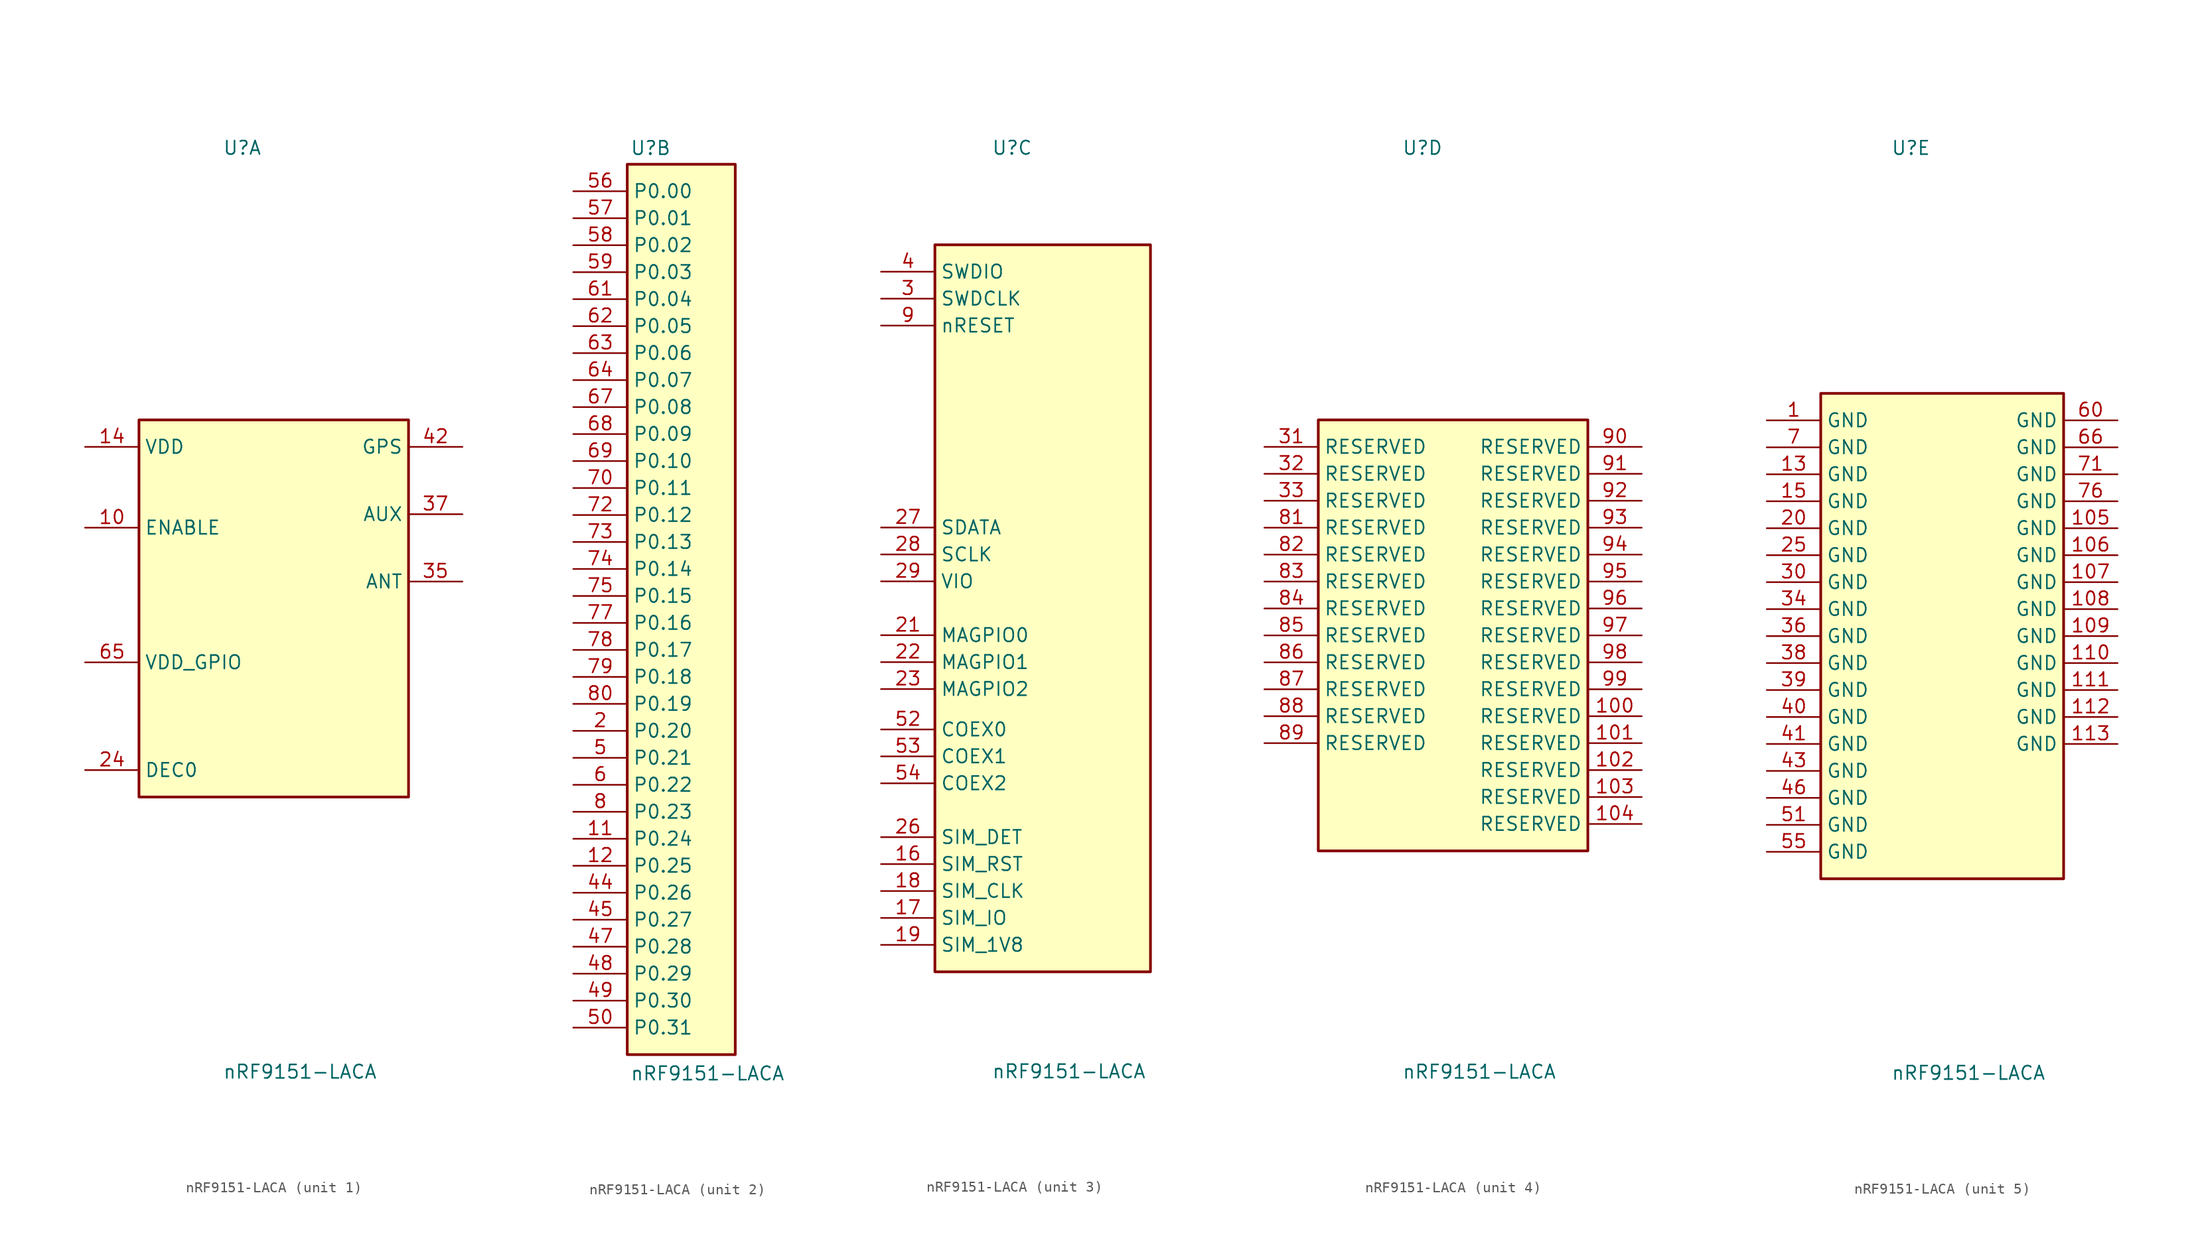
<source format=kicad_sym>
(kicad_symbol_lib
  (version 20241209)
  (generator "kicad_symbol_editor")
  (generator_version "9.0")
  (symbol "nRF9151-LACA"
    (property "Reference" "U"
      (at -4.826 43.434 0)
      (effects (font (size 1.27 1.27)) (justify left)))
    (property "Value" "nRF9151-LACA"
      (at -4.826 -43.688 0)
      (effects (font (size 1.27 1.27)) (justify left)))
    (property "ki_locked" ""
      (at 0 0 0)
      (effects (font (size 1.27 1.27))))
    (symbol "nRF9151-LACA_1_1"
      (rectangle (start -12.7 17.78) (end 12.7 -17.78) (stroke (width 0.254) (type default)) (fill (type background)))
      (pin power_in line (at -17.78 15.24 0) (length 5.08) (name "VDD" (effects (font (size 1.27 1.27)))) (number "14" (effects (font (size 1.27 1.27)))))
      (pin input line (at -17.78 7.62 0) (length 5.08) (name "ENABLE" (effects (font (size 1.27 1.27)))) (number "10" (effects (font (size 1.27 1.27)))))
      (pin power_in line (at -17.78 -5.08 0) (length 5.08) (name "VDD_GPIO" (effects (font (size 1.27 1.27)))) (number "65" (effects (font (size 1.27 1.27)))))
      (pin passive line (at -17.78 -15.24 0) (length 5.08) (name "DEC0" (effects (font (size 1.27 1.27)))) (number "24" (effects (font (size 1.27 1.27)))))
      (pin bidirectional line (at 17.78 15.24 180) (length 5.08) (name "GPS" (effects (font (size 1.27 1.27)))) (number "42" (effects (font (size 1.27 1.27)))))
      (pin bidirectional line (at 17.78 8.89 180) (length 5.08) (name "AUX" (effects (font (size 1.27 1.27)))) (number "37" (effects (font (size 1.27 1.27)))))
      (pin bidirectional line (at 17.78 2.54 180) (length 5.08) (name "ANT" (effects (font (size 1.27 1.27)))) (number "35" (effects (font (size 1.27 1.27))))))
    (symbol "nRF9151-LACA_2_1"
      (rectangle (start -5.08 41.91) (end 5.08 -41.91) (stroke (width 0.254) (type default)) (fill (type background)))
      (pin bidirectional line (at -10.16 39.37 0) (length 5.08) (name "P0.00" (effects (font (size 1.27 1.27)))) (number "56" (effects (font (size 1.27 1.27)))))
      (pin bidirectional line (at -10.16 36.83 0) (length 5.08) (name "P0.01" (effects (font (size 1.27 1.27)))) (number "57" (effects (font (size 1.27 1.27)))))
      (pin bidirectional line (at -10.16 34.29 0) (length 5.08) (name "P0.02" (effects (font (size 1.27 1.27)))) (number "58" (effects (font (size 1.27 1.27)))))
      (pin bidirectional line (at -10.16 31.75 0) (length 5.08) (name "P0.03" (effects (font (size 1.27 1.27)))) (number "59" (effects (font (size 1.27 1.27)))))
      (pin bidirectional line (at -10.16 29.21 0) (length 5.08) (name "P0.04" (effects (font (size 1.27 1.27)))) (number "61" (effects (font (size 1.27 1.27)))))
      (pin bidirectional line (at -10.16 26.67 0) (length 5.08) (name "P0.05" (effects (font (size 1.27 1.27)))) (number "62" (effects (font (size 1.27 1.27)))))
      (pin bidirectional line (at -10.16 24.13 0) (length 5.08) (name "P0.06" (effects (font (size 1.27 1.27)))) (number "63" (effects (font (size 1.27 1.27)))))
      (pin bidirectional line (at -10.16 21.59 0) (length 5.08) (name "P0.07" (effects (font (size 1.27 1.27)))) (number "64" (effects (font (size 1.27 1.27)))))
      (pin bidirectional line (at -10.16 19.05 0) (length 5.08) (name "P0.08" (effects (font (size 1.27 1.27)))) (number "67" (effects (font (size 1.27 1.27)))))
      (pin bidirectional line (at -10.16 16.51 0) (length 5.08) (name "P0.09" (effects (font (size 1.27 1.27)))) (number "68" (effects (font (size 1.27 1.27)))))
      (pin bidirectional line (at -10.16 13.97 0) (length 5.08) (name "P0.10" (effects (font (size 1.27 1.27)))) (number "69" (effects (font (size 1.27 1.27)))))
      (pin bidirectional line (at -10.16 11.43 0) (length 5.08) (name "P0.11" (effects (font (size 1.27 1.27)))) (number "70" (effects (font (size 1.27 1.27)))))
      (pin bidirectional line (at -10.16 8.89 0) (length 5.08) (name "P0.12" (effects (font (size 1.27 1.27)))) (number "72" (effects (font (size 1.27 1.27)))))
      (pin bidirectional line (at -10.16 6.35 0) (length 5.08) (name "P0.13" (effects (font (size 1.27 1.27)))) (number "73" (effects (font (size 1.27 1.27)))))
      (pin bidirectional line (at -10.16 3.81 0) (length 5.08) (name "P0.14" (effects (font (size 1.27 1.27)))) (number "74" (effects (font (size 1.27 1.27)))))
      (pin bidirectional line (at -10.16 1.27 0) (length 5.08) (name "P0.15" (effects (font (size 1.27 1.27)))) (number "75" (effects (font (size 1.27 1.27)))))
      (pin bidirectional line (at -10.16 -1.27 0) (length 5.08) (name "P0.16" (effects (font (size 1.27 1.27)))) (number "77" (effects (font (size 1.27 1.27)))))
      (pin bidirectional line (at -10.16 -3.81 0) (length 5.08) (name "P0.17" (effects (font (size 1.27 1.27)))) (number "78" (effects (font (size 1.27 1.27)))))
      (pin bidirectional line (at -10.16 -6.35 0) (length 5.08) (name "P0.18" (effects (font (size 1.27 1.27)))) (number "79" (effects (font (size 1.27 1.27)))))
      (pin bidirectional line (at -10.16 -8.89 0) (length 5.08) (name "P0.19" (effects (font (size 1.27 1.27)))) (number "80" (effects (font (size 1.27 1.27)))))
      (pin bidirectional line (at -10.16 -11.43 0) (length 5.08) (name "P0.20" (effects (font (size 1.27 1.27)))) (number "2" (effects (font (size 1.27 1.27)))))
      (pin bidirectional line (at -10.16 -13.97 0) (length 5.08) (name "P0.21" (effects (font (size 1.27 1.27)))) (number "5" (effects (font (size 1.27 1.27)))))
      (pin bidirectional line (at -10.16 -16.51 0) (length 5.08) (name "P0.22" (effects (font (size 1.27 1.27)))) (number "6" (effects (font (size 1.27 1.27)))))
      (pin bidirectional line (at -10.16 -19.05 0) (length 5.08) (name "P0.23" (effects (font (size 1.27 1.27)))) (number "8" (effects (font (size 1.27 1.27)))))
      (pin bidirectional line (at -10.16 -21.59 0) (length 5.08) (name "P0.24" (effects (font (size 1.27 1.27)))) (number "11" (effects (font (size 1.27 1.27)))))
      (pin bidirectional line (at -10.16 -24.13 0) (length 5.08) (name "P0.25" (effects (font (size 1.27 1.27)))) (number "12" (effects (font (size 1.27 1.27)))))
      (pin bidirectional line (at -10.16 -26.67 0) (length 5.08) (name "P0.26" (effects (font (size 1.27 1.27)))) (number "44" (effects (font (size 1.27 1.27)))))
      (pin bidirectional line (at -10.16 -29.21 0) (length 5.08) (name "P0.27" (effects (font (size 1.27 1.27)))) (number "45" (effects (font (size 1.27 1.27)))))
      (pin bidirectional line (at -10.16 -31.75 0) (length 5.08) (name "P0.28" (effects (font (size 1.27 1.27)))) (number "47" (effects (font (size 1.27 1.27)))))
      (pin bidirectional line (at -10.16 -34.29 0) (length 5.08) (name "P0.29" (effects (font (size 1.27 1.27)))) (number "48" (effects (font (size 1.27 1.27)))))
      (pin bidirectional line (at -10.16 -36.83 0) (length 5.08) (name "P0.30" (effects (font (size 1.27 1.27)))) (number "49" (effects (font (size 1.27 1.27)))))
      (pin bidirectional line (at -10.16 -39.37 0) (length 5.08) (name "P0.31" (effects (font (size 1.27 1.27)))) (number "50" (effects (font (size 1.27 1.27))))))
    (symbol "nRF9151-LACA_3_1"
      (rectangle (start -10.16 34.29) (end 10.16 -34.29) (stroke (width 0.254) (type default)) (fill (type background)))
      (pin bidirectional line (at -15.24 31.75 0) (length 5.08) (name "SWDIO" (effects (font (size 1.27 1.27)))) (number "4" (effects (font (size 1.27 1.27)))))
      (pin input line (at -15.24 29.21 0) (length 5.08) (name "SWDCLK" (effects (font (size 1.27 1.27)))) (number "3" (effects (font (size 1.27 1.27)))))
      (pin input line (at -15.24 26.67 0) (length 5.08) (name "nRESET" (effects (font (size 1.27 1.27)))) (number "9" (effects (font (size 1.27 1.27)))))
      (pin bidirectional line (at -15.24 7.62 0) (length 5.08) (name "SDATA" (effects (font (size 1.27 1.27)))) (number "27" (effects (font (size 1.27 1.27)))))
      (pin bidirectional line (at -15.24 5.08 0) (length 5.08) (name "SCLK" (effects (font (size 1.27 1.27)))) (number "28" (effects (font (size 1.27 1.27)))))
      (pin bidirectional line (at -15.24 2.54 0) (length 5.08) (name "VIO" (effects (font (size 1.27 1.27)))) (number "29" (effects (font (size 1.27 1.27)))))
      (pin bidirectional line (at -15.24 -2.54 0) (length 5.08) (name "MAGPIO0" (effects (font (size 1.27 1.27)))) (number "21" (effects (font (size 1.27 1.27)))))
      (pin bidirectional line (at -15.24 -5.08 0) (length 5.08) (name "MAGPIO1" (effects (font (size 1.27 1.27)))) (number "22" (effects (font (size 1.27 1.27)))))
      (pin bidirectional line (at -15.24 -7.62 0) (length 5.08) (name "MAGPIO2" (effects (font (size 1.27 1.27)))) (number "23" (effects (font (size 1.27 1.27)))))
      (pin bidirectional line (at -15.24 -11.43 0) (length 5.08) (name "COEX0" (effects (font (size 1.27 1.27)))) (number "52" (effects (font (size 1.27 1.27)))))
      (pin bidirectional line (at -15.24 -13.97 0) (length 5.08) (name "COEX1" (effects (font (size 1.27 1.27)))) (number "53" (effects (font (size 1.27 1.27)))))
      (pin bidirectional line (at -15.24 -16.51 0) (length 5.08) (name "COEX2" (effects (font (size 1.27 1.27)))) (number "54" (effects (font (size 1.27 1.27)))))
      (pin input line (at -15.24 -21.59 0) (length 5.08) (name "SIM_DET" (effects (font (size 1.27 1.27)))) (number "26" (effects (font (size 1.27 1.27)))))
      (pin output line (at -15.24 -24.13 0) (length 5.08) (name "SIM_RST" (effects (font (size 1.27 1.27)))) (number "16" (effects (font (size 1.27 1.27)))))
      (pin output line (at -15.24 -26.67 0) (length 5.08) (name "SIM_CLK" (effects (font (size 1.27 1.27)))) (number "18" (effects (font (size 1.27 1.27)))))
      (pin bidirectional line (at -15.24 -29.21 0) (length 5.08) (name "SIM_IO" (effects (font (size 1.27 1.27)))) (number "17" (effects (font (size 1.27 1.27)))))
      (pin power_out line (at -15.24 -31.75 0) (length 5.08) (name "SIM_1V8" (effects (font (size 1.27 1.27)))) (number "19" (effects (font (size 1.27 1.27))))))
    (symbol "nRF9151-LACA_4_1"
      (rectangle (start -12.7 17.78) (end 12.7 -22.86) (stroke (width 0.254) (type default)) (fill (type background)))
      (pin passive line (at -17.78 15.24 0) (length 5.08) (name "RESERVED" (effects (font (size 1.27 1.27)))) (number "31" (effects (font (size 1.27 1.27)))))
      (pin passive line (at -17.78 12.7 0) (length 5.08) (name "RESERVED" (effects (font (size 1.27 1.27)))) (number "32" (effects (font (size 1.27 1.27)))))
      (pin passive line (at -17.78 10.16 0) (length 5.08) (name "RESERVED" (effects (font (size 1.27 1.27)))) (number "33" (effects (font (size 1.27 1.27)))))
      (pin passive line (at -17.78 7.62 0) (length 5.08) (name "RESERVED" (effects (font (size 1.27 1.27)))) (number "81" (effects (font (size 1.27 1.27)))))
      (pin passive line (at -17.78 5.08 0) (length 5.08) (name "RESERVED" (effects (font (size 1.27 1.27)))) (number "82" (effects (font (size 1.27 1.27)))))
      (pin passive line (at -17.78 2.54 0) (length 5.08) (name "RESERVED" (effects (font (size 1.27 1.27)))) (number "83" (effects (font (size 1.27 1.27)))))
      (pin passive line (at -17.78 0 0) (length 5.08) (name "RESERVED" (effects (font (size 1.27 1.27)))) (number "84" (effects (font (size 1.27 1.27)))))
      (pin passive line (at -17.78 -2.54 0) (length 5.08) (name "RESERVED" (effects (font (size 1.27 1.27)))) (number "85" (effects (font (size 1.27 1.27)))))
      (pin passive line (at -17.78 -5.08 0) (length 5.08) (name "RESERVED" (effects (font (size 1.27 1.27)))) (number "86" (effects (font (size 1.27 1.27)))))
      (pin passive line (at -17.78 -7.62 0) (length 5.08) (name "RESERVED" (effects (font (size 1.27 1.27)))) (number "87" (effects (font (size 1.27 1.27)))))
      (pin passive line (at -17.78 -10.16 0) (length 5.08) (name "RESERVED" (effects (font (size 1.27 1.27)))) (number "88" (effects (font (size 1.27 1.27)))))
      (pin passive line (at -17.78 -12.7 0) (length 5.08) (name "RESERVED" (effects (font (size 1.27 1.27)))) (number "89" (effects (font (size 1.27 1.27)))))
      (pin passive line (at 17.78 15.24 180) (length 5.08) (name "RESERVED" (effects (font (size 1.27 1.27)))) (number "90" (effects (font (size 1.27 1.27)))))
      (pin passive line (at 17.78 12.7 180) (length 5.08) (name "RESERVED" (effects (font (size 1.27 1.27)))) (number "91" (effects (font (size 1.27 1.27)))))
      (pin passive line (at 17.78 10.16 180) (length 5.08) (name "RESERVED" (effects (font (size 1.27 1.27)))) (number "92" (effects (font (size 1.27 1.27)))))
      (pin passive line (at 17.78 7.62 180) (length 5.08) (name "RESERVED" (effects (font (size 1.27 1.27)))) (number "93" (effects (font (size 1.27 1.27)))))
      (pin passive line (at 17.78 5.08 180) (length 5.08) (name "RESERVED" (effects (font (size 1.27 1.27)))) (number "94" (effects (font (size 1.27 1.27)))))
      (pin passive line (at 17.78 2.54 180) (length 5.08) (name "RESERVED" (effects (font (size 1.27 1.27)))) (number "95" (effects (font (size 1.27 1.27)))))
      (pin passive line (at 17.78 0 180) (length 5.08) (name "RESERVED" (effects (font (size 1.27 1.27)))) (number "96" (effects (font (size 1.27 1.27)))))
      (pin passive line (at 17.78 -2.54 180) (length 5.08) (name "RESERVED" (effects (font (size 1.27 1.27)))) (number "97" (effects (font (size 1.27 1.27)))))
      (pin passive line (at 17.78 -5.08 180) (length 5.08) (name "RESERVED" (effects (font (size 1.27 1.27)))) (number "98" (effects (font (size 1.27 1.27)))))
      (pin passive line (at 17.78 -7.62 180) (length 5.08) (name "RESERVED" (effects (font (size 1.27 1.27)))) (number "99" (effects (font (size 1.27 1.27)))))
      (pin passive line (at 17.78 -10.16 180) (length 5.08) (name "RESERVED" (effects (font (size 1.27 1.27)))) (number "100" (effects (font (size 1.27 1.27)))))
      (pin passive line (at 17.78 -12.7 180) (length 5.08) (name "RESERVED" (effects (font (size 1.27 1.27)))) (number "101" (effects (font (size 1.27 1.27)))))
      (pin passive line (at 17.78 -15.24 180) (length 5.08) (name "RESERVED" (effects (font (size 1.27 1.27)))) (number "102" (effects (font (size 1.27 1.27)))))
      (pin passive line (at 17.78 -17.78 180) (length 5.08) (name "RESERVED" (effects (font (size 1.27 1.27)))) (number "103" (effects (font (size 1.27 1.27)))))
      (pin passive line (at 17.78 -20.32 180) (length 5.08) (name "RESERVED" (effects (font (size 1.27 1.27)))) (number "104" (effects (font (size 1.27 1.27))))))
    (symbol "nRF9151-LACA_5_1"
      (rectangle (start -11.43 20.32) (end 11.43 -25.4) (stroke (width 0.254) (type default)) (fill (type background)))
      (pin power_in line (at -16.51 17.78 0) (length 5.08) (name "GND" (effects (font (size 1.27 1.27)))) (number "1" (effects (font (size 1.27 1.27)))))
      (pin power_in line (at -16.51 15.24 0) (length 5.08) (name "GND" (effects (font (size 1.27 1.27)))) (number "7" (effects (font (size 1.27 1.27)))))
      (pin power_in line (at -16.51 12.7 0) (length 5.08) (name "GND" (effects (font (size 1.27 1.27)))) (number "13" (effects (font (size 1.27 1.27)))))
      (pin power_in line (at -16.51 10.16 0) (length 5.08) (name "GND" (effects (font (size 1.27 1.27)))) (number "15" (effects (font (size 1.27 1.27)))))
      (pin power_in line (at -16.51 7.62 0) (length 5.08) (name "GND" (effects (font (size 1.27 1.27)))) (number "20" (effects (font (size 1.27 1.27)))))
      (pin power_in line (at -16.51 5.08 0) (length 5.08) (name "GND" (effects (font (size 1.27 1.27)))) (number "25" (effects (font (size 1.27 1.27)))))
      (pin power_in line (at -16.51 2.54 0) (length 5.08) (name "GND" (effects (font (size 1.27 1.27)))) (number "30" (effects (font (size 1.27 1.27)))))
      (pin power_in line (at -16.51 0 0) (length 5.08) (name "GND" (effects (font (size 1.27 1.27)))) (number "34" (effects (font (size 1.27 1.27)))))
      (pin power_in line (at -16.51 -2.54 0) (length 5.08) (name "GND" (effects (font (size 1.27 1.27)))) (number "36" (effects (font (size 1.27 1.27)))))
      (pin power_in line (at -16.51 -5.08 0) (length 5.08) (name "GND" (effects (font (size 1.27 1.27)))) (number "38" (effects (font (size 1.27 1.27)))))
      (pin power_in line (at -16.51 -7.62 0) (length 5.08) (name "GND" (effects (font (size 1.27 1.27)))) (number "39" (effects (font (size 1.27 1.27)))))
      (pin power_in line (at -16.51 -10.16 0) (length 5.08) (name "GND" (effects (font (size 1.27 1.27)))) (number "40" (effects (font (size 1.27 1.27)))))
      (pin power_in line (at -16.51 -12.7 0) (length 5.08) (name "GND" (effects (font (size 1.27 1.27)))) (number "41" (effects (font (size 1.27 1.27)))))
      (pin power_in line (at -16.51 -15.24 0) (length 5.08) (name "GND" (effects (font (size 1.27 1.27)))) (number "43" (effects (font (size 1.27 1.27)))))
      (pin power_in line (at -16.51 -17.78 0) (length 5.08) (name "GND" (effects (font (size 1.27 1.27)))) (number "46" (effects (font (size 1.27 1.27)))))
      (pin power_in line (at -16.51 -20.32 0) (length 5.08) (name "GND" (effects (font (size 1.27 1.27)))) (number "51" (effects (font (size 1.27 1.27)))))
      (pin power_in line (at -16.51 -22.86 0) (length 5.08) (name "GND" (effects (font (size 1.27 1.27)))) (number "55" (effects (font (size 1.27 1.27)))))
      (pin power_in line (at 16.51 17.78 180) (length 5.08) (name "GND" (effects (font (size 1.27 1.27)))) (number "60" (effects (font (size 1.27 1.27)))))
      (pin power_in line (at 16.51 15.24 180) (length 5.08) (name "GND" (effects (font (size 1.27 1.27)))) (number "66" (effects (font (size 1.27 1.27)))))
      (pin power_in line (at 16.51 12.7 180) (length 5.08) (name "GND" (effects (font (size 1.27 1.27)))) (number "71" (effects (font (size 1.27 1.27)))))
      (pin power_in line (at 16.51 10.16 180) (length 5.08) (name "GND" (effects (font (size 1.27 1.27)))) (number "76" (effects (font (size 1.27 1.27)))))
      (pin power_in line (at 16.51 7.62 180) (length 5.08) (name "GND" (effects (font (size 1.27 1.27)))) (number "105" (effects (font (size 1.27 1.27)))))
      (pin power_in line (at 16.51 5.08 180) (length 5.08) (name "GND" (effects (font (size 1.27 1.27)))) (number "106" (effects (font (size 1.27 1.27)))))
      (pin power_in line (at 16.51 2.54 180) (length 5.08) (name "GND" (effects (font (size 1.27 1.27)))) (number "107" (effects (font (size 1.27 1.27)))))
      (pin power_in line (at 16.51 0 180) (length 5.08) (name "GND" (effects (font (size 1.27 1.27)))) (number "108" (effects (font (size 1.27 1.27)))))
      (pin power_in line (at 16.51 -2.54 180) (length 5.08) (name "GND" (effects (font (size 1.27 1.27)))) (number "109" (effects (font (size 1.27 1.27)))))
      (pin power_in line (at 16.51 -5.08 180) (length 5.08) (name "GND" (effects (font (size 1.27 1.27)))) (number "110" (effects (font (size 1.27 1.27)))))
      (pin power_in line (at 16.51 -7.62 180) (length 5.08) (name "GND" (effects (font (size 1.27 1.27)))) (number "111" (effects (font (size 1.27 1.27)))))
      (pin power_in line (at 16.51 -10.16 180) (length 5.08) (name "GND" (effects (font (size 1.27 1.27)))) (number "112" (effects (font (size 1.27 1.27)))))
      (pin power_in line (at 16.51 -12.7 180) (length 5.08) (name "GND" (effects (font (size 1.27 1.27)))) (number "113" (effects (font (size 1.27 1.27))))))))
</source>
